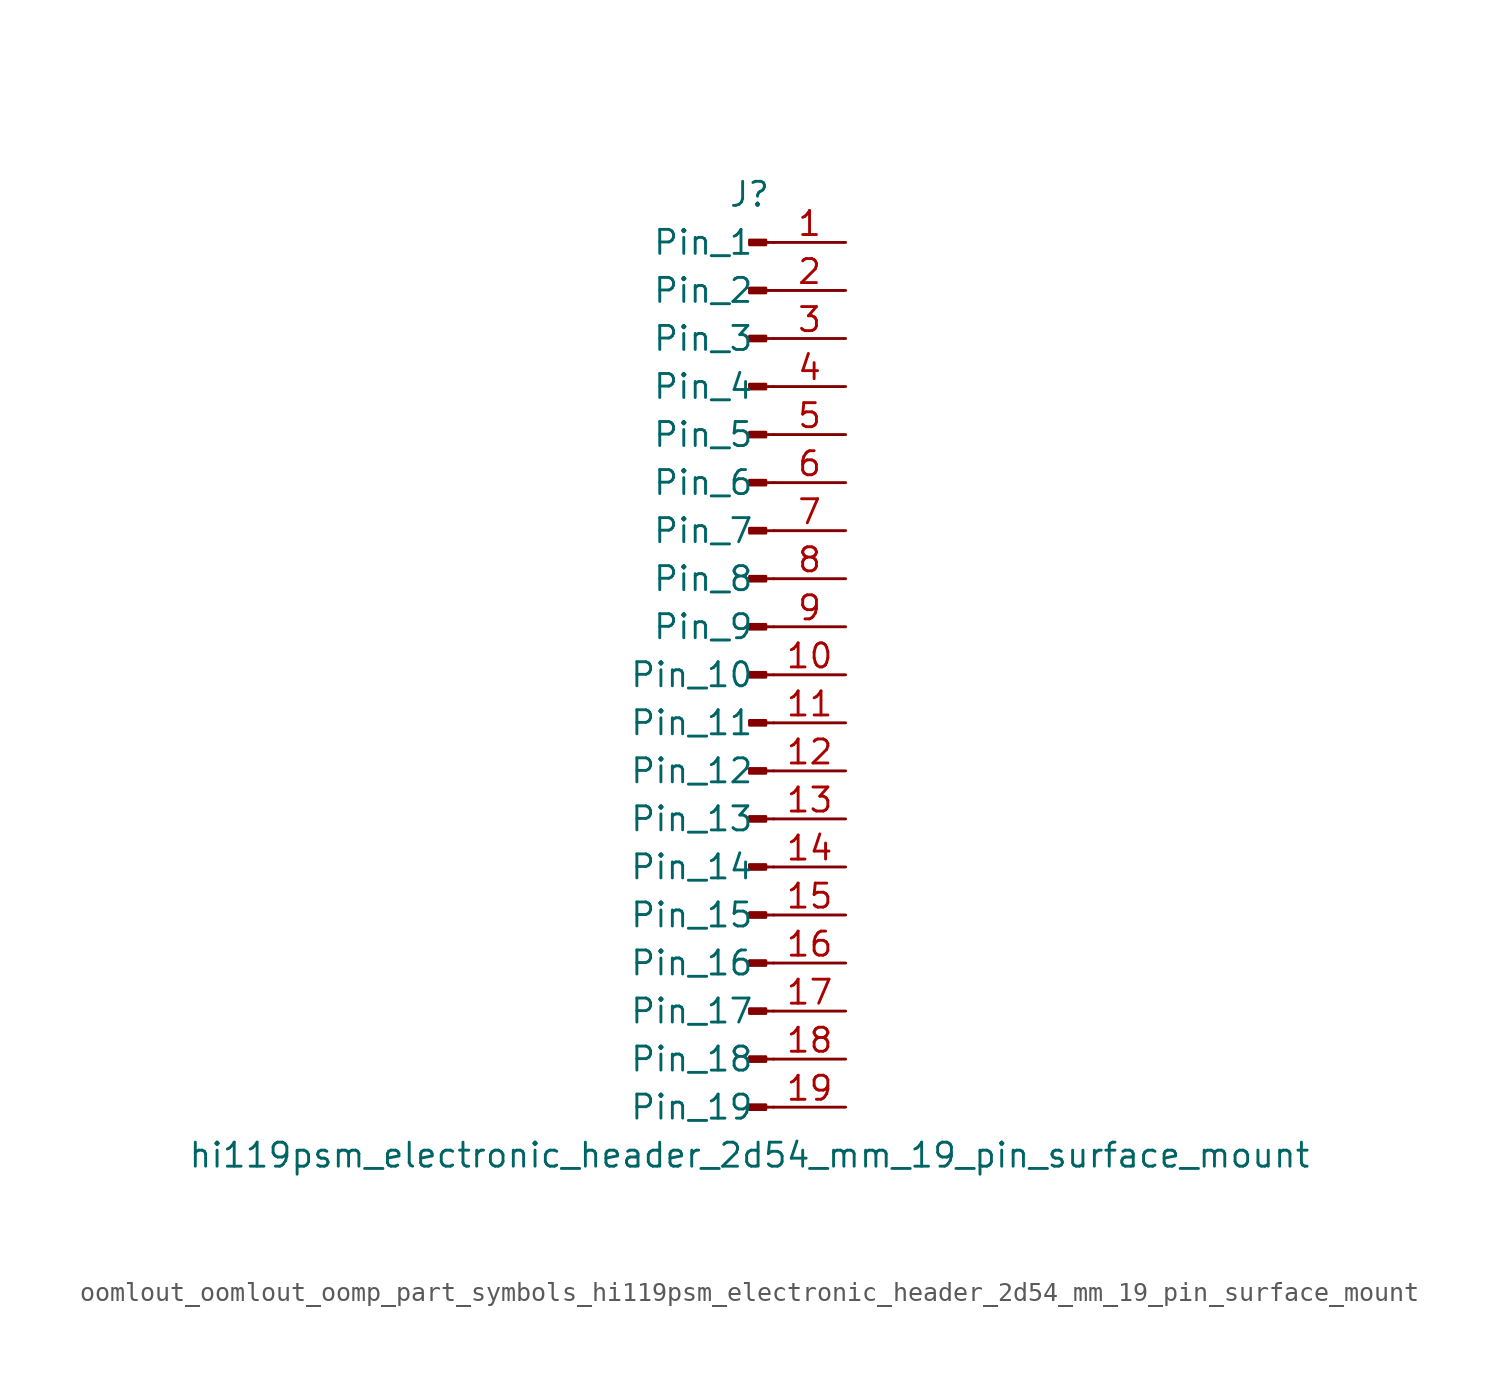
<source format=kicad_sym>
(kicad_symbol_lib
  (version 20220914)
  (generator kicad_symbol_editor)
  (symbol "oomlout_oomlout_oomp_part_symbols_hi119psm_electronic_header_2d54_mm_19_pin_surface_mount"
    (pin_names
      (offset 1.016))
    (property "Reference" "J"
      (at 0 25.4 0)
      (effects (font (size 1.27 1.27))))
    (property "Value" "hi119psm_electronic_header_2d54_mm_19_pin_surface_mount"
      (at 0 -25.4 0)
      (effects (font (size 1.27 1.27))))
    (property "ki_locked" ""
      (at 0 0 0)
      (effects (font (size 1.27 1.27))))
    (symbol "oomlout_oomlout_oomp_part_symbols_hi119psm_electronic_header_2d54_mm_19_pin_surface_mount_1_1"
      (polyline (pts (xy 1.27 -22.86) (xy 0.864 -22.86)) (stroke (width 0.152) (type default)) (fill (type none)))
      (polyline (pts (xy 1.27 -20.32) (xy 0.864 -20.32)) (stroke (width 0.152) (type default)) (fill (type none)))
      (polyline (pts (xy 1.27 -17.78) (xy 0.864 -17.78)) (stroke (width 0.152) (type default)) (fill (type none)))
      (polyline (pts (xy 1.27 -15.24) (xy 0.864 -15.24)) (stroke (width 0.152) (type default)) (fill (type none)))
      (polyline (pts (xy 1.27 -12.7) (xy 0.864 -12.7)) (stroke (width 0.152) (type default)) (fill (type none)))
      (polyline (pts (xy 1.27 -10.16) (xy 0.864 -10.16)) (stroke (width 0.152) (type default)) (fill (type none)))
      (polyline (pts (xy 1.27 -7.62) (xy 0.864 -7.62)) (stroke (width 0.152) (type default)) (fill (type none)))
      (polyline (pts (xy 1.27 -5.08) (xy 0.864 -5.08)) (stroke (width 0.152) (type default)) (fill (type none)))
      (polyline (pts (xy 1.27 -2.54) (xy 0.864 -2.54)) (stroke (width 0.152) (type default)) (fill (type none)))
      (polyline (pts (xy 1.27 0) (xy 0.864 0)) (stroke (width 0.152) (type default)) (fill (type none)))
      (polyline (pts (xy 1.27 2.54) (xy 0.864 2.54)) (stroke (width 0.152) (type default)) (fill (type none)))
      (polyline (pts (xy 1.27 5.08) (xy 0.864 5.08)) (stroke (width 0.152) (type default)) (fill (type none)))
      (polyline (pts (xy 1.27 7.62) (xy 0.864 7.62)) (stroke (width 0.152) (type default)) (fill (type none)))
      (polyline (pts (xy 1.27 10.16) (xy 0.864 10.16)) (stroke (width 0.152) (type default)) (fill (type none)))
      (polyline (pts (xy 1.27 12.7) (xy 0.864 12.7)) (stroke (width 0.152) (type default)) (fill (type none)))
      (polyline (pts (xy 1.27 15.24) (xy 0.864 15.24)) (stroke (width 0.152) (type default)) (fill (type none)))
      (polyline (pts (xy 1.27 17.78) (xy 0.864 17.78)) (stroke (width 0.152) (type default)) (fill (type none)))
      (polyline (pts (xy 1.27 20.32) (xy 0.864 20.32)) (stroke (width 0.152) (type default)) (fill (type none)))
      (polyline (pts (xy 1.27 22.86) (xy 0.864 22.86)) (stroke (width 0.152) (type default)) (fill (type none)))
      (rectangle (start 0.864 -22.733) (end 0 -22.987) (stroke (width 0.152) (type default)) (fill (type outline)))
      (rectangle (start 0.864 -20.193) (end 0 -20.447) (stroke (width 0.152) (type default)) (fill (type outline)))
      (rectangle (start 0.864 -17.653) (end 0 -17.907) (stroke (width 0.152) (type default)) (fill (type outline)))
      (rectangle (start 0.864 -15.113) (end 0 -15.367) (stroke (width 0.152) (type default)) (fill (type outline)))
      (rectangle (start 0.864 -12.573) (end 0 -12.827) (stroke (width 0.152) (type default)) (fill (type outline)))
      (rectangle (start 0.864 -10.033) (end 0 -10.287) (stroke (width 0.152) (type default)) (fill (type outline)))
      (rectangle (start 0.864 -7.493) (end 0 -7.747) (stroke (width 0.152) (type default)) (fill (type outline)))
      (rectangle (start 0.864 -4.953) (end 0 -5.207) (stroke (width 0.152) (type default)) (fill (type outline)))
      (rectangle (start 0.864 -2.413) (end 0 -2.667) (stroke (width 0.152) (type default)) (fill (type outline)))
      (rectangle (start 0.864 0.127) (end 0 -0.127) (stroke (width 0.152) (type default)) (fill (type outline)))
      (rectangle (start 0.864 2.667) (end 0 2.413) (stroke (width 0.152) (type default)) (fill (type outline)))
      (rectangle (start 0.864 5.207) (end 0 4.953) (stroke (width 0.152) (type default)) (fill (type outline)))
      (rectangle (start 0.864 7.747) (end 0 7.493) (stroke (width 0.152) (type default)) (fill (type outline)))
      (rectangle (start 0.864 10.287) (end 0 10.033) (stroke (width 0.152) (type default)) (fill (type outline)))
      (rectangle (start 0.864 12.827) (end 0 12.573) (stroke (width 0.152) (type default)) (fill (type outline)))
      (rectangle (start 0.864 15.367) (end 0 15.113) (stroke (width 0.152) (type default)) (fill (type outline)))
      (rectangle (start 0.864 17.907) (end 0 17.653) (stroke (width 0.152) (type default)) (fill (type outline)))
      (rectangle (start 0.864 20.447) (end 0 20.193) (stroke (width 0.152) (type default)) (fill (type outline)))
      (rectangle (start 0.864 22.987) (end 0 22.733) (stroke (width 0.152) (type default)) (fill (type outline)))
      (pin passive line (at 5.08 22.86 180) (length 3.81) (name "Pin_1" (effects (font (size 1.27 1.27)))) (number "1" (effects (font (size 1.27 1.27)))))
      (pin passive line (at 5.08 0 180) (length 3.81) (name "Pin_10" (effects (font (size 1.27 1.27)))) (number "10" (effects (font (size 1.27 1.27)))))
      (pin passive line (at 5.08 -2.54 180) (length 3.81) (name "Pin_11" (effects (font (size 1.27 1.27)))) (number "11" (effects (font (size 1.27 1.27)))))
      (pin passive line (at 5.08 -5.08 180) (length 3.81) (name "Pin_12" (effects (font (size 1.27 1.27)))) (number "12" (effects (font (size 1.27 1.27)))))
      (pin passive line (at 5.08 -7.62 180) (length 3.81) (name "Pin_13" (effects (font (size 1.27 1.27)))) (number "13" (effects (font (size 1.27 1.27)))))
      (pin passive line (at 5.08 -10.16 180) (length 3.81) (name "Pin_14" (effects (font (size 1.27 1.27)))) (number "14" (effects (font (size 1.27 1.27)))))
      (pin passive line (at 5.08 -12.7 180) (length 3.81) (name "Pin_15" (effects (font (size 1.27 1.27)))) (number "15" (effects (font (size 1.27 1.27)))))
      (pin passive line (at 5.08 -15.24 180) (length 3.81) (name "Pin_16" (effects (font (size 1.27 1.27)))) (number "16" (effects (font (size 1.27 1.27)))))
      (pin passive line (at 5.08 -17.78 180) (length 3.81) (name "Pin_17" (effects (font (size 1.27 1.27)))) (number "17" (effects (font (size 1.27 1.27)))))
      (pin passive line (at 5.08 -20.32 180) (length 3.81) (name "Pin_18" (effects (font (size 1.27 1.27)))) (number "18" (effects (font (size 1.27 1.27)))))
      (pin passive line (at 5.08 -22.86 180) (length 3.81) (name "Pin_19" (effects (font (size 1.27 1.27)))) (number "19" (effects (font (size 1.27 1.27)))))
      (pin passive line (at 5.08 20.32 180) (length 3.81) (name "Pin_2" (effects (font (size 1.27 1.27)))) (number "2" (effects (font (size 1.27 1.27)))))
      (pin passive line (at 5.08 17.78 180) (length 3.81) (name "Pin_3" (effects (font (size 1.27 1.27)))) (number "3" (effects (font (size 1.27 1.27)))))
      (pin passive line (at 5.08 15.24 180) (length 3.81) (name "Pin_4" (effects (font (size 1.27 1.27)))) (number "4" (effects (font (size 1.27 1.27)))))
      (pin passive line (at 5.08 12.7 180) (length 3.81) (name "Pin_5" (effects (font (size 1.27 1.27)))) (number "5" (effects (font (size 1.27 1.27)))))
      (pin passive line (at 5.08 10.16 180) (length 3.81) (name "Pin_6" (effects (font (size 1.27 1.27)))) (number "6" (effects (font (size 1.27 1.27)))))
      (pin passive line (at 5.08 7.62 180) (length 3.81) (name "Pin_7" (effects (font (size 1.27 1.27)))) (number "7" (effects (font (size 1.27 1.27)))))
      (pin passive line (at 5.08 5.08 180) (length 3.81) (name "Pin_8" (effects (font (size 1.27 1.27)))) (number "8" (effects (font (size 1.27 1.27)))))
      (pin passive line (at 5.08 2.54 180) (length 3.81) (name "Pin_9" (effects (font (size 1.27 1.27)))) (number "9" (effects (font (size 1.27 1.27))))))))
</source>
